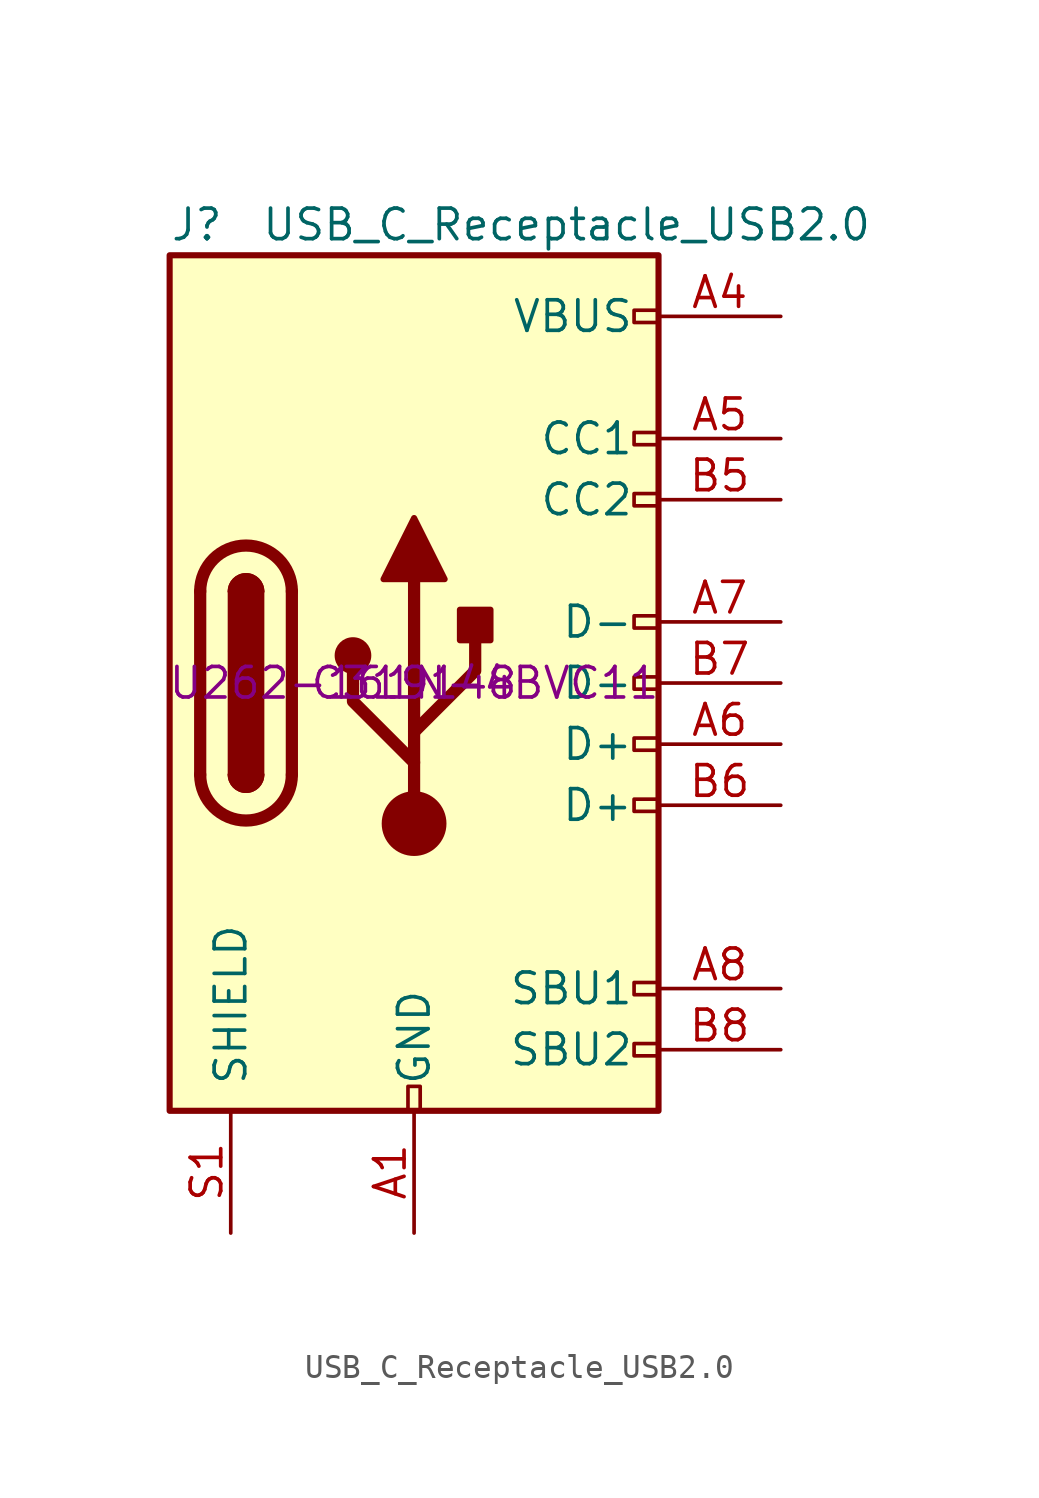
<source format=kicad_sym>
(kicad_symbol_lib
  (version 20211014)
  (generator kicad_symbol_editor)
  (symbol "USB_C_Receptacle_USB2.0"
    (pin_names
      (offset 1.016))
    (property "Reference" "J"
      (at -10.16 19.05 0)
      (effects (font (size 1.27 1.27)) (justify left)))
    (property "Value" "USB_C_Receptacle_USB2.0"
      (at 19.05 19.05 0)
      (effects (font (size 1.27 1.27)) (justify right)))
    (property "LCSC" "C319148"
      (at 0 0 0)
      (effects (font (size 1.27 1.27))))
    (property "MPN" "U262-161N-4BVC11"
      (at 0 0 0)
      (effects (font (size 1.27 1.27))))
    (symbol "USB_C_Receptacle_USB2.0_0_0"
      (rectangle (start -0.254 -17.78) (end 0.254 -16.764) (stroke (width 0) (type default) (color 0 0 0 0)) (fill (type none)))
      (rectangle (start 10.16 -14.986) (end 9.144 -15.494) (stroke (width 0) (type default) (color 0 0 0 0)) (fill (type none)))
      (rectangle (start 10.16 -12.446) (end 9.144 -12.954) (stroke (width 0) (type default) (color 0 0 0 0)) (fill (type none)))
      (rectangle (start 10.16 -4.826) (end 9.144 -5.334) (stroke (width 0) (type default) (color 0 0 0 0)) (fill (type none)))
      (rectangle (start 10.16 -2.286) (end 9.144 -2.794) (stroke (width 0) (type default) (color 0 0 0 0)) (fill (type none)))
      (rectangle (start 10.16 0.254) (end 9.144 -0.254) (stroke (width 0) (type default) (color 0 0 0 0)) (fill (type none)))
      (rectangle (start 10.16 2.794) (end 9.144 2.286) (stroke (width 0) (type default) (color 0 0 0 0)) (fill (type none)))
      (rectangle (start 10.16 7.874) (end 9.144 7.366) (stroke (width 0) (type default) (color 0 0 0 0)) (fill (type none)))
      (rectangle (start 10.16 10.414) (end 9.144 9.906) (stroke (width 0) (type default) (color 0 0 0 0)) (fill (type none)))
      (rectangle (start 10.16 15.494) (end 9.144 14.986) (stroke (width 0) (type default) (color 0 0 0 0)) (fill (type none))))
    (symbol "USB_C_Receptacle_USB2.0_0_1"
      (rectangle (start -10.16 17.78) (end 10.16 -17.78) (stroke (width 0.254) (type default) (color 0 0 0 0)) (fill (type background)))
      (arc (start -8.89 -3.81) (mid -6.985 -5.715) (end -5.08 -3.81) (stroke (width 0.508) (type default) (color 0 0 0 0)) (fill (type none)))
      (arc (start -7.62 -3.81) (mid -6.985 -4.445) (end -6.35 -3.81) (stroke (width 0.254) (type default) (color 0 0 0 0)) (fill (type none)))
      (arc (start -7.62 -3.81) (mid -6.985 -4.445) (end -6.35 -3.81) (stroke (width 0.254) (type default) (color 0 0 0 0)) (fill (type outline)))
      (rectangle (start -7.62 -3.81) (end -6.35 3.81) (stroke (width 0.254) (type default) (color 0 0 0 0)) (fill (type outline)))
      (arc (start -6.35 3.81) (mid -6.985 4.445) (end -7.62 3.81) (stroke (width 0.254) (type default) (color 0 0 0 0)) (fill (type none)))
      (arc (start -6.35 3.81) (mid -6.985 4.445) (end -7.62 3.81) (stroke (width 0.254) (type default) (color 0 0 0 0)) (fill (type outline)))
      (arc (start -5.08 3.81) (mid -6.985 5.715) (end -8.89 3.81) (stroke (width 0.508) (type default) (color 0 0 0 0)) (fill (type none)))
      (circle (center -2.54 1.143) (radius 0.635) (stroke (width 0.254) (type default) (color 0 0 0 0)) (fill (type outline)))
      (circle (center 0 -5.842) (radius 1.27) (stroke (width 0) (type default) (color 0 0 0 0)) (fill (type outline)))
      (polyline (pts (xy -8.89 -3.81) (xy -8.89 3.81)) (stroke (width 0.508) (type default) (color 0 0 0 0)) (fill (type none)))
      (polyline (pts (xy -5.08 3.81) (xy -5.08 -3.81)) (stroke (width 0.508) (type default) (color 0 0 0 0)) (fill (type none)))
      (polyline (pts (xy 0 -5.842) (xy 0 4.318)) (stroke (width 0.508) (type default) (color 0 0 0 0)) (fill (type none)))
      (polyline (pts (xy 0 -3.302) (xy -2.54 -0.762) (xy -2.54 0.508)) (stroke (width 0.508) (type default) (color 0 0 0 0)) (fill (type none)))
      (polyline (pts (xy 0 -2.032) (xy 2.54 0.508) (xy 2.54 1.778)) (stroke (width 0.508) (type default) (color 0 0 0 0)) (fill (type none)))
      (polyline (pts (xy -1.27 4.318) (xy 0 6.858) (xy 1.27 4.318) (xy -1.27 4.318)) (stroke (width 0.254) (type default) (color 0 0 0 0)) (fill (type outline)))
      (rectangle (start 1.905 1.778) (end 3.175 3.048) (stroke (width 0.254) (type default) (color 0 0 0 0)) (fill (type outline))))
    (symbol "USB_C_Receptacle_USB2.0_1_1"
      (pin passive line (at 0 -22.86 90) (length 5.08) (name "GND" (effects (font (size 1.27 1.27)))) (number "A1" (effects (font (size 1.27 1.27)))))
      (pin passive line (at 0 -22.86 90) (length 5.08) hide (name "GND" (effects (font (size 1.27 1.27)))) (number "A12" (effects (font (size 1.27 1.27)))))
      (pin passive line (at 15.24 15.24 180) (length 5.08) (name "VBUS" (effects (font (size 1.27 1.27)))) (number "A4" (effects (font (size 1.27 1.27)))))
      (pin bidirectional line (at 15.24 10.16 180) (length 5.08) (name "CC1" (effects (font (size 1.27 1.27)))) (number "A5" (effects (font (size 1.27 1.27)))))
      (pin bidirectional line (at 15.24 -2.54 180) (length 5.08) (name "D+" (effects (font (size 1.27 1.27)))) (number "A6" (effects (font (size 1.27 1.27)))))
      (pin bidirectional line (at 15.24 2.54 180) (length 5.08) (name "D-" (effects (font (size 1.27 1.27)))) (number "A7" (effects (font (size 1.27 1.27)))))
      (pin bidirectional line (at 15.24 -12.7 180) (length 5.08) (name "SBU1" (effects (font (size 1.27 1.27)))) (number "A8" (effects (font (size 1.27 1.27)))))
      (pin passive line (at 15.24 15.24 180) (length 5.08) hide (name "VBUS" (effects (font (size 1.27 1.27)))) (number "A9" (effects (font (size 1.27 1.27)))))
      (pin passive line (at 0 -22.86 90) (length 5.08) hide (name "GND" (effects (font (size 1.27 1.27)))) (number "B1" (effects (font (size 1.27 1.27)))))
      (pin passive line (at 0 -22.86 90) (length 5.08) hide (name "GND" (effects (font (size 1.27 1.27)))) (number "B12" (effects (font (size 1.27 1.27)))))
      (pin passive line (at 15.24 15.24 180) (length 5.08) hide (name "VBUS" (effects (font (size 1.27 1.27)))) (number "B4" (effects (font (size 1.27 1.27)))))
      (pin bidirectional line (at 15.24 7.62 180) (length 5.08) (name "CC2" (effects (font (size 1.27 1.27)))) (number "B5" (effects (font (size 1.27 1.27)))))
      (pin bidirectional line (at 15.24 -5.08 180) (length 5.08) (name "D+" (effects (font (size 1.27 1.27)))) (number "B6" (effects (font (size 1.27 1.27)))))
      (pin bidirectional line (at 15.24 0 180) (length 5.08) (name "D-" (effects (font (size 1.27 1.27)))) (number "B7" (effects (font (size 1.27 1.27)))))
      (pin bidirectional line (at 15.24 -15.24 180) (length 5.08) (name "SBU2" (effects (font (size 1.27 1.27)))) (number "B8" (effects (font (size 1.27 1.27)))))
      (pin passive line (at 15.24 15.24 180) (length 5.08) hide (name "VBUS" (effects (font (size 1.27 1.27)))) (number "B9" (effects (font (size 1.27 1.27)))))
      (pin passive line (at -7.62 -22.86 90) (length 5.08) (name "SHIELD" (effects (font (size 1.27 1.27)))) (number "S1" (effects (font (size 1.27 1.27))))))))
</source>
